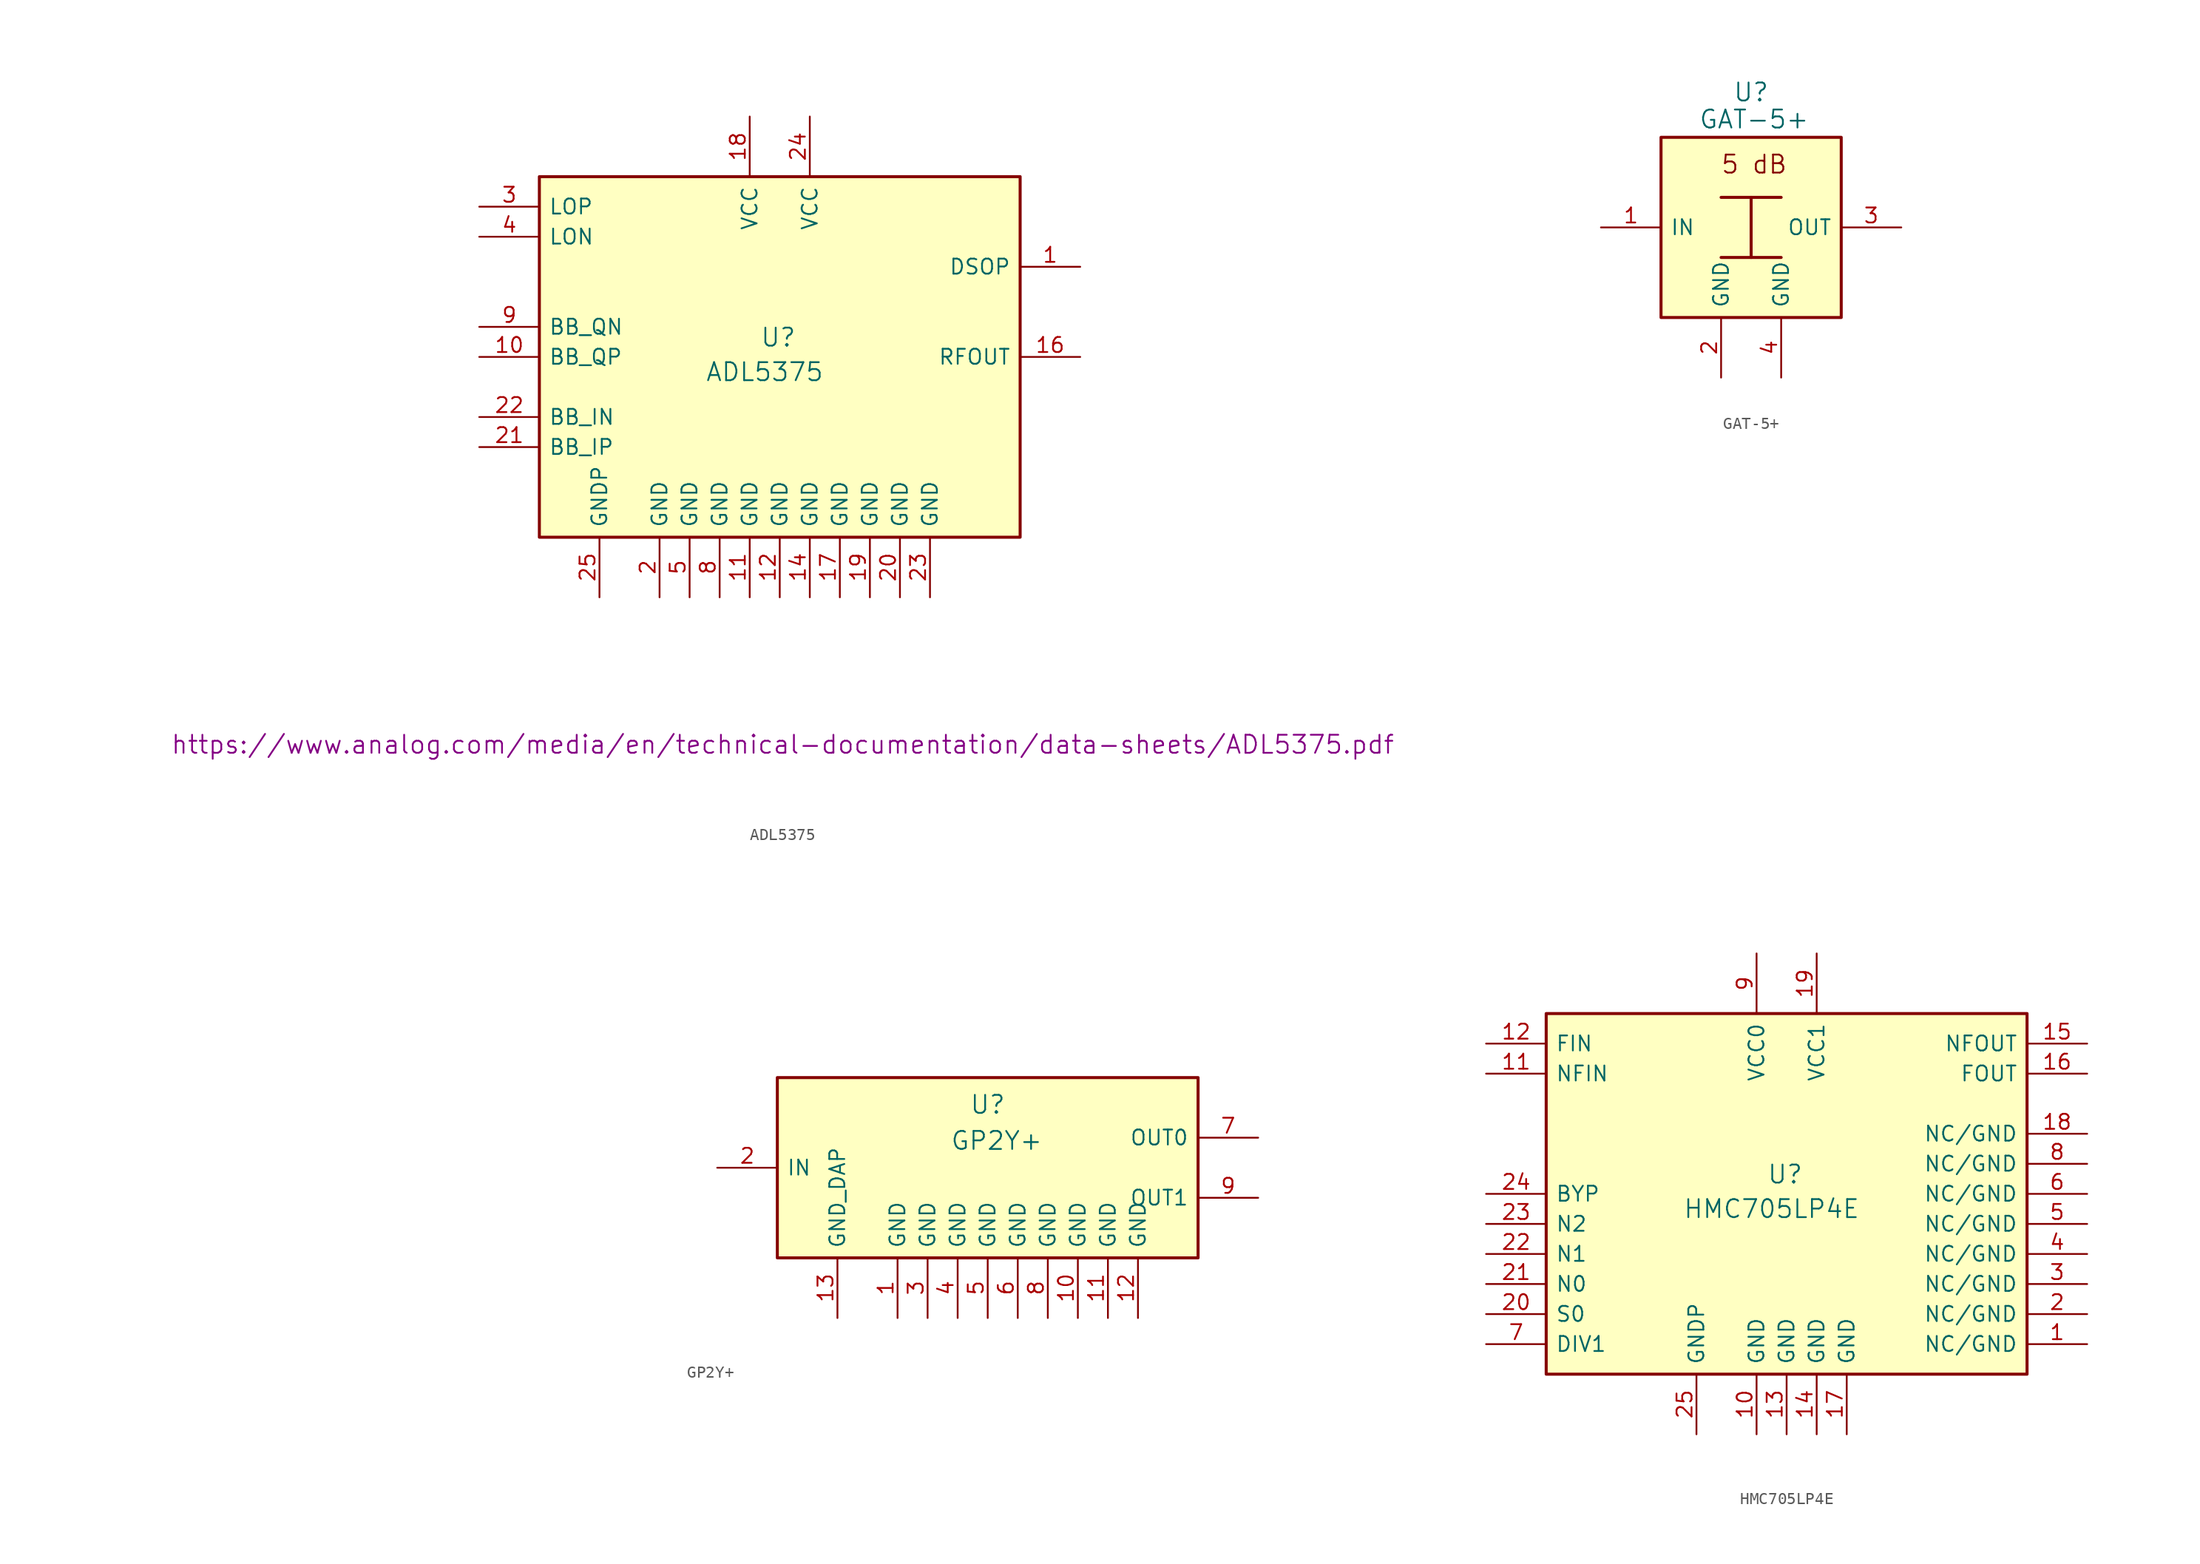
<source format=kicad_sym>
(kicad_symbol_lib
  (version 20231120)
  (generator "kicad_symbol_editor")
  (generator_version "8.0")
  (symbol "ADL5375"
    (pin_names
      (offset 0.762))
    (property "Reference" "U"
      (at -0.127 1.651 0)
      (effects (font (size 1.524 1.524))))
    (property "Value" "ADL5375"
      (at -1.27 -1.27 0)
      (effects (font (size 1.524 1.524))))
    (property "Datasheet" "https://www.analog.com/media/en/technical-documentation/data-sheets/ADL5375.pdf"
      (at 0.254 -32.766 0)
      (effects (font (size 1.524 1.524))))
    (symbol "ADL5375_1_1"
      (rectangle (start -20.32 15.24) (end 20.32 -15.24) (stroke (width 0.254) (type default)) (fill (type background)))
      (pin input line (at 25.4 7.62 180) (length 5.08) (name "DSOP" (effects (font (size 1.27 1.27)))) (number "1" (effects (font (size 1.27 1.27)))))
      (pin input line (at -25.4 0 0) (length 5.08) (name "BB_QP" (effects (font (size 1.27 1.27)))) (number "10" (effects (font (size 1.27 1.27)))))
      (pin power_in line (at -2.54 -20.32 90) (length 5.08) (name "GND" (effects (font (size 1.27 1.27)))) (number "11" (effects (font (size 1.27 1.27)))))
      (pin power_in line (at 0 -20.32 90) (length 5.08) (name "GND" (effects (font (size 1.27 1.27)))) (number "12" (effects (font (size 1.27 1.27)))))
      (pin no_connect line (at 20.32 -5.08 180) (length 5.08) hide (name "NC" (effects (font (size 1.27 1.27)))) (number "13" (effects (font (size 1.27 1.27)))))
      (pin power_in line (at 2.54 -20.32 90) (length 5.08) (name "GND" (effects (font (size 1.27 1.27)))) (number "14" (effects (font (size 1.27 1.27)))))
      (pin no_connect line (at 20.32 -2.54 180) (length 5.08) hide (name "NC" (effects (font (size 1.27 1.27)))) (number "15" (effects (font (size 1.27 1.27)))))
      (pin output line (at 25.4 0 180) (length 5.08) (name "RFOUT" (effects (font (size 1.27 1.27)))) (number "16" (effects (font (size 1.27 1.27)))))
      (pin power_in line (at 5.08 -20.32 90) (length 5.08) (name "GND" (effects (font (size 1.27 1.27)))) (number "17" (effects (font (size 1.27 1.27)))))
      (pin power_in line (at -2.54 20.32 270) (length 5.08) (name "VCC" (effects (font (size 1.27 1.27)))) (number "18" (effects (font (size 1.27 1.27)))))
      (pin power_in line (at 7.62 -20.32 90) (length 5.08) (name "GND" (effects (font (size 1.27 1.27)))) (number "19" (effects (font (size 1.27 1.27)))))
      (pin power_in line (at -10.16 -20.32 90) (length 5.08) (name "GND" (effects (font (size 1.27 1.27)))) (number "2" (effects (font (size 1.27 1.27)))))
      (pin power_in line (at 10.16 -20.32 90) (length 5.08) (name "GND" (effects (font (size 1.27 1.27)))) (number "20" (effects (font (size 1.27 1.27)))))
      (pin input line (at -25.4 -7.62 0) (length 5.08) (name "BB_IP" (effects (font (size 1.27 1.27)))) (number "21" (effects (font (size 1.27 1.27)))))
      (pin input line (at -25.4 -5.08 0) (length 5.08) (name "BB_IN" (effects (font (size 1.27 1.27)))) (number "22" (effects (font (size 1.27 1.27)))))
      (pin power_in line (at 12.7 -20.32 90) (length 5.08) (name "GND" (effects (font (size 1.27 1.27)))) (number "23" (effects (font (size 1.27 1.27)))))
      (pin power_in line (at 2.54 20.32 270) (length 5.08) (name "VCC" (effects (font (size 1.27 1.27)))) (number "24" (effects (font (size 1.27 1.27)))))
      (pin power_in line (at -15.24 -20.32 90) (length 5.08) (name "GNDP" (effects (font (size 1.27 1.27)))) (number "25" (effects (font (size 1.27 1.27)))))
      (pin input line (at -25.4 12.7 0) (length 5.08) (name "LOP" (effects (font (size 1.27 1.27)))) (number "3" (effects (font (size 1.27 1.27)))))
      (pin input line (at -25.4 10.16 0) (length 5.08) (name "LON" (effects (font (size 1.27 1.27)))) (number "4" (effects (font (size 1.27 1.27)))))
      (pin power_in line (at -7.62 -20.32 90) (length 5.08) (name "GND" (effects (font (size 1.27 1.27)))) (number "5" (effects (font (size 1.27 1.27)))))
      (pin no_connect line (at 20.32 -10.16 180) (length 5.08) hide (name "NC" (effects (font (size 1.27 1.27)))) (number "6" (effects (font (size 1.27 1.27)))))
      (pin no_connect line (at 20.32 -7.62 180) (length 5.08) hide (name "NC" (effects (font (size 1.27 1.27)))) (number "7" (effects (font (size 1.27 1.27)))))
      (pin power_in line (at -5.08 -20.32 90) (length 5.08) (name "GND" (effects (font (size 1.27 1.27)))) (number "8" (effects (font (size 1.27 1.27)))))
      (pin input line (at -25.4 2.54 0) (length 5.08) (name "BB_QN" (effects (font (size 1.27 1.27)))) (number "9" (effects (font (size 1.27 1.27)))))))
  (symbol "GAT-5+"
    (pin_names
      (offset 0.762))
    (property "Reference" "U"
      (at 0 11.43 0)
      (effects (font (size 1.524 1.524))))
    (property "Value" "GAT-5+"
      (at 0.254 9.144 0)
      (effects (font (size 1.524 1.524))))
    (symbol "GAT-5+_0_0"
      (text "5 dB" (at 0.254 5.334 0) (effects (font (size 1.524 1.524)))))
    (symbol "GAT-5+_1_0"
      (polyline (pts (xy -2.54 -2.54) (xy 2.54 -2.54)) (stroke (width 0.254) (type solid)) (fill (type none)))
      (polyline (pts (xy -2.54 2.54) (xy 2.54 2.54)) (stroke (width 0.254) (type solid)) (fill (type none)))
      (polyline (pts (xy 0 -2.54) (xy 0 2.54)) (stroke (width 0.254) (type solid)) (fill (type none))))
    (symbol "GAT-5+_1_1"
      (rectangle (start -7.62 7.62) (end 7.62 -7.62) (stroke (width 0.254) (type solid)) (fill (type background)))
      (pin input line (at -12.7 0 0) (length 5.08) (name "IN" (effects (font (size 1.27 1.27)))) (number "1" (effects (font (size 1.27 1.27)))))
      (pin power_in line (at -2.54 -12.7 90) (length 5.08) (name "GND" (effects (font (size 1.27 1.27)))) (number "2" (effects (font (size 1.27 1.27)))))
      (pin output line (at 12.7 0 180) (length 5.08) (name "OUT" (effects (font (size 1.27 1.27)))) (number "3" (effects (font (size 1.27 1.27)))))
      (pin power_in line (at 2.54 -12.7 90) (length 5.08) (name "GND" (effects (font (size 1.27 1.27)))) (number "4" (effects (font (size 1.27 1.27)))))))
  (symbol "GP2Y+"
    (pin_names
      (offset 0.762))
    (property "Reference" "U"
      (at 0 5.334 0)
      (effects (font (size 1.524 1.524))))
    (property "Value" "GP2Y+"
      (at 0.762 2.286 0)
      (effects (font (size 1.524 1.524))))
    (property "Datasheet" ""
      (at -69.85 19.05 0)
      (effects (font (size 1.524 1.524))))
    (symbol "GP2Y+_1_1"
      (rectangle (start -17.78 7.62) (end 17.78 -7.62) (stroke (width 0.254) (type default)) (fill (type background)))
      (pin power_in line (at -7.62 -12.7 90) (length 5.08) (name "GND" (effects (font (size 1.27 1.27)))) (number "1" (effects (font (size 1.27 1.27)))))
      (pin power_in line (at 7.62 -12.7 90) (length 5.08) (name "GND" (effects (font (size 1.27 1.27)))) (number "10" (effects (font (size 1.27 1.27)))))
      (pin power_in line (at 10.16 -12.7 90) (length 5.08) (name "GND" (effects (font (size 1.27 1.27)))) (number "11" (effects (font (size 1.27 1.27)))))
      (pin power_in line (at 12.7 -12.7 90) (length 5.08) (name "GND" (effects (font (size 1.27 1.27)))) (number "12" (effects (font (size 1.27 1.27)))))
      (pin power_in line (at -12.7 -12.7 90) (length 5.08) (name "GND_DAP" (effects (font (size 1.27 1.27)))) (number "13" (effects (font (size 1.27 1.27)))))
      (pin input line (at -22.86 0 0) (length 5.08) (name "IN" (effects (font (size 1.27 1.27)))) (number "2" (effects (font (size 1.27 1.27)))))
      (pin power_in line (at -5.08 -12.7 90) (length 5.08) (name "GND" (effects (font (size 1.27 1.27)))) (number "3" (effects (font (size 1.27 1.27)))))
      (pin power_in line (at -2.54 -12.7 90) (length 5.08) (name "GND" (effects (font (size 1.27 1.27)))) (number "4" (effects (font (size 1.27 1.27)))))
      (pin power_in line (at 0 -12.7 90) (length 5.08) (name "GND" (effects (font (size 1.27 1.27)))) (number "5" (effects (font (size 1.27 1.27)))))
      (pin power_in line (at 2.54 -12.7 90) (length 5.08) (name "GND" (effects (font (size 1.27 1.27)))) (number "6" (effects (font (size 1.27 1.27)))))
      (pin output line (at 22.86 2.54 180) (length 5.08) (name "OUT0" (effects (font (size 1.27 1.27)))) (number "7" (effects (font (size 1.27 1.27)))))
      (pin power_in line (at 5.08 -12.7 90) (length 5.08) (name "GND" (effects (font (size 1.27 1.27)))) (number "8" (effects (font (size 1.27 1.27)))))
      (pin output line (at 22.86 -2.54 180) (length 5.08) (name "OUT1" (effects (font (size 1.27 1.27)))) (number "9" (effects (font (size 1.27 1.27)))))))
  (symbol "HMC705LP4E"
    (pin_names
      (offset 0.762))
    (property "Reference" "U"
      (at -0.127 1.651 0)
      (effects (font (size 1.524 1.524))))
    (property "Value" "HMC705LP4E"
      (at -1.27 -1.27 0)
      (effects (font (size 1.524 1.524))))
    (symbol "HMC705LP4E_1_1"
      (rectangle (start -20.32 15.24) (end 20.32 -15.24) (stroke (width 0.254) (type solid)) (fill (type background)))
      (pin power_in line (at 25.4 -12.7 180) (length 5.08) (name "NC/GND" (effects (font (size 1.27 1.27)))) (number "1" (effects (font (size 1.27 1.27)))))
      (pin power_in line (at -2.54 -20.32 90) (length 5.08) (name "GND" (effects (font (size 1.27 1.27)))) (number "10" (effects (font (size 1.27 1.27)))))
      (pin input line (at -25.4 10.16 0) (length 5.08) (name "NFIN" (effects (font (size 1.27 1.27)))) (number "11" (effects (font (size 1.27 1.27)))))
      (pin input line (at -25.4 12.7 0) (length 5.08) (name "FIN" (effects (font (size 1.27 1.27)))) (number "12" (effects (font (size 1.27 1.27)))))
      (pin power_in line (at 0 -20.32 90) (length 5.08) (name "GND" (effects (font (size 1.27 1.27)))) (number "13" (effects (font (size 1.27 1.27)))))
      (pin power_in line (at 2.54 -20.32 90) (length 5.08) (name "GND" (effects (font (size 1.27 1.27)))) (number "14" (effects (font (size 1.27 1.27)))))
      (pin output line (at 25.4 12.7 180) (length 5.08) (name "NFOUT" (effects (font (size 1.27 1.27)))) (number "15" (effects (font (size 1.27 1.27)))))
      (pin output line (at 25.4 10.16 180) (length 5.08) (name "FOUT" (effects (font (size 1.27 1.27)))) (number "16" (effects (font (size 1.27 1.27)))))
      (pin power_in line (at 5.08 -20.32 90) (length 5.08) (name "GND" (effects (font (size 1.27 1.27)))) (number "17" (effects (font (size 1.27 1.27)))))
      (pin power_in line (at 25.4 5.08 180) (length 5.08) (name "NC/GND" (effects (font (size 1.27 1.27)))) (number "18" (effects (font (size 1.27 1.27)))))
      (pin power_in line (at 2.54 20.32 270) (length 5.08) (name "VCC1" (effects (font (size 1.27 1.27)))) (number "19" (effects (font (size 1.27 1.27)))))
      (pin power_in line (at 25.4 -10.16 180) (length 5.08) (name "NC/GND" (effects (font (size 1.27 1.27)))) (number "2" (effects (font (size 1.27 1.27)))))
      (pin input line (at -25.4 -10.16 0) (length 5.08) (name "S0" (effects (font (size 1.27 1.27)))) (number "20" (effects (font (size 1.27 1.27)))))
      (pin input line (at -25.4 -7.62 0) (length 5.08) (name "N0" (effects (font (size 1.27 1.27)))) (number "21" (effects (font (size 1.27 1.27)))))
      (pin input line (at -25.4 -5.08 0) (length 5.08) (name "N1" (effects (font (size 1.27 1.27)))) (number "22" (effects (font (size 1.27 1.27)))))
      (pin input line (at -25.4 -2.54 0) (length 5.08) (name "N2" (effects (font (size 1.27 1.27)))) (number "23" (effects (font (size 1.27 1.27)))))
      (pin input line (at -25.4 0 0) (length 5.08) (name "BYP" (effects (font (size 1.27 1.27)))) (number "24" (effects (font (size 1.27 1.27)))))
      (pin power_in line (at -7.62 -20.32 90) (length 5.08) (name "GNDP" (effects (font (size 1.27 1.27)))) (number "25" (effects (font (size 1.27 1.27)))))
      (pin power_in line (at 25.4 -7.62 180) (length 5.08) (name "NC/GND" (effects (font (size 1.27 1.27)))) (number "3" (effects (font (size 1.27 1.27)))))
      (pin power_in line (at 25.4 -5.08 180) (length 5.08) (name "NC/GND" (effects (font (size 1.27 1.27)))) (number "4" (effects (font (size 1.27 1.27)))))
      (pin power_in line (at 25.4 -2.54 180) (length 5.08) (name "NC/GND" (effects (font (size 1.27 1.27)))) (number "5" (effects (font (size 1.27 1.27)))))
      (pin power_in line (at 25.4 0 180) (length 5.08) (name "NC/GND" (effects (font (size 1.27 1.27)))) (number "6" (effects (font (size 1.27 1.27)))))
      (pin input line (at -25.4 -12.7 0) (length 5.08) (name "DIV1" (effects (font (size 1.27 1.27)))) (number "7" (effects (font (size 1.27 1.27)))))
      (pin power_in line (at 25.4 2.54 180) (length 5.08) (name "NC/GND" (effects (font (size 1.27 1.27)))) (number "8" (effects (font (size 1.27 1.27)))))
      (pin power_in line (at -2.54 20.32 270) (length 5.08) (name "VCC0" (effects (font (size 1.27 1.27)))) (number "9" (effects (font (size 1.27 1.27))))))))
</source>
